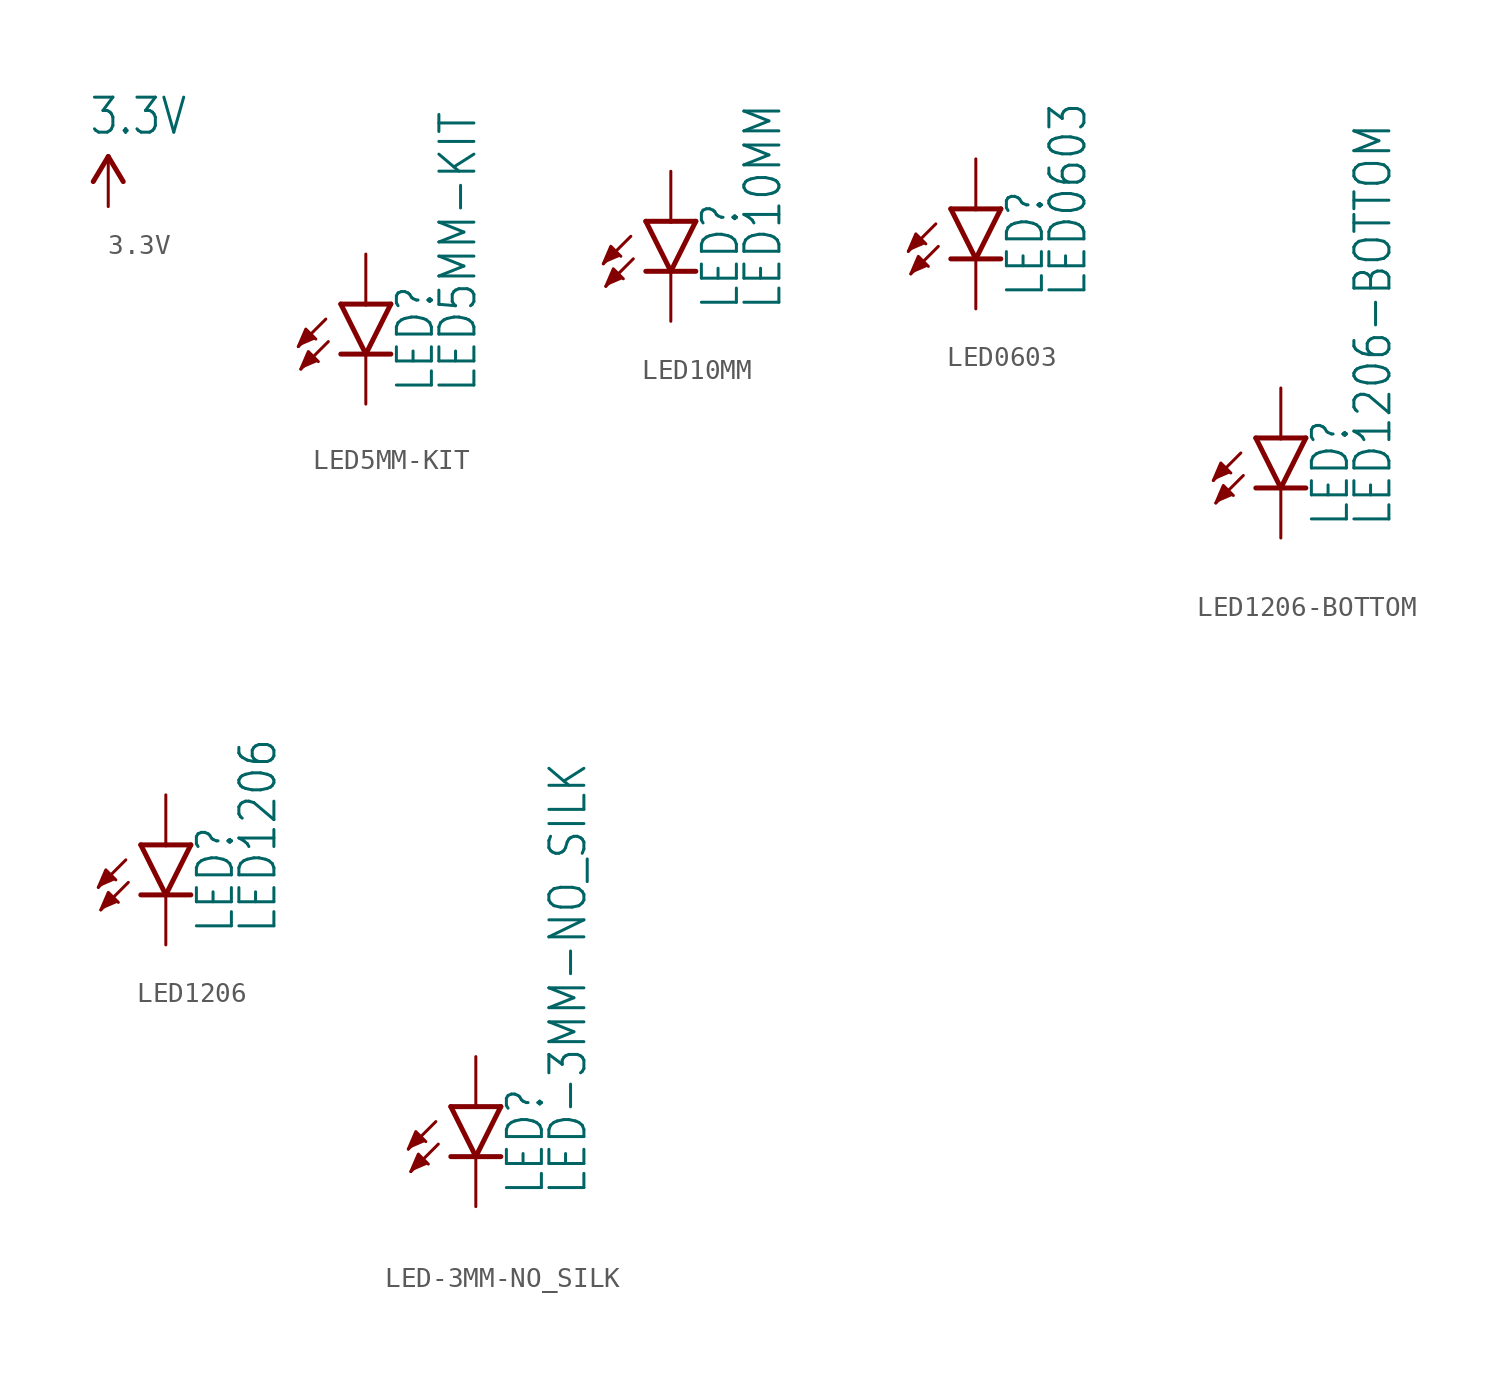
<source format=kicad_sym>
(kicad_symbol_lib
  (version 20211014)
  (generator kicad_symbol_editor)
  (symbol "3.3V"
    (power)
    (property "Reference" "#SUPPLY"
      (at 0 0 0)
      (effects (font (size 1.27 1.27)) hide))
    (property "Value" "3.3V"
      (at -1.016 3.556 0)
      (effects (font (size 1.778 1.511)) (justify left bottom)))
    (property "ki_locked" ""
      (at 0 0 0)
      (effects (font (size 1.27 1.27))))
    (symbol "3.3V_1_0"
      (polyline (pts (xy 0 2.54) (xy -0.762 1.27)) (stroke (width 0.254) (type default) (color 0 0 0 0)) (fill (type none)))
      (polyline (pts (xy 0.762 1.27) (xy 0 2.54)) (stroke (width 0.254) (type default) (color 0 0 0 0)) (fill (type none)))
      (pin power_in line (at 0 0 90) (length 2.54) (name "3.3V" (effects (font (size 0 0)))) (number "1" (effects (font (size 0 0)))))))
  (symbol "LED5MM-KIT"
    (property "Reference" "LED"
      (at 3.556 -4.572 90)
      (effects (font (size 1.778 1.511)) (justify left bottom)))
    (property "Value" "LED5MM-KIT"
      (at 5.715 -4.572 90)
      (effects (font (size 1.778 1.511)) (justify left bottom)))
    (property "ki_locked" ""
      (at 0 0 0)
      (effects (font (size 1.27 1.27))))
    (symbol "LED5MM-KIT_1_0"
      (polyline (pts (xy -2.032 -0.762) (xy -3.429 -2.159)) (stroke (width 0.152) (type default) (color 0 0 0 0)) (fill (type none)))
      (polyline (pts (xy -1.905 -1.905) (xy -3.302 -3.302)) (stroke (width 0.152) (type default) (color 0 0 0 0)) (fill (type none)))
      (polyline (pts (xy 0 -2.54) (xy -1.27 -2.54)) (stroke (width 0.254) (type default) (color 0 0 0 0)) (fill (type none)))
      (polyline (pts (xy 0 -2.54) (xy -1.27 0)) (stroke (width 0.254) (type default) (color 0 0 0 0)) (fill (type none)))
      (polyline (pts (xy 0 0) (xy -1.27 0)) (stroke (width 0.254) (type default) (color 0 0 0 0)) (fill (type none)))
      (polyline (pts (xy 1.27 -2.54) (xy 0 -2.54)) (stroke (width 0.254) (type default) (color 0 0 0 0)) (fill (type none)))
      (polyline (pts (xy 1.27 0) (xy 0 -2.54)) (stroke (width 0.254) (type default) (color 0 0 0 0)) (fill (type none)))
      (polyline (pts (xy 1.27 0) (xy 0 0)) (stroke (width 0.254) (type default) (color 0 0 0 0)) (fill (type none)))
      (polyline (pts (xy -3.429 -2.159) (xy -3.048 -1.27) (xy -2.54 -1.778)) (stroke (width 0) (type default) (color 0 0 0 0)) (fill (type outline)))
      (polyline (pts (xy -3.302 -3.302) (xy -2.921 -2.413) (xy -2.413 -2.921)) (stroke (width 0) (type default) (color 0 0 0 0)) (fill (type outline)))
      (pin passive line (at 0 2.54 270) (length 2.54) (name "A" (effects (font (size 0 0)))) (number "A" (effects (font (size 0 0)))))
      (pin passive line (at 0 -5.08 90) (length 2.54) (name "C" (effects (font (size 0 0)))) (number "K" (effects (font (size 0 0)))))))
  (symbol "LED10MM"
    (property "Reference" "LED"
      (at 3.556 -4.572 90)
      (effects (font (size 1.778 1.511)) (justify left bottom)))
    (property "Value" "LED10MM"
      (at 5.715 -4.572 90)
      (effects (font (size 1.778 1.511)) (justify left bottom)))
    (property "ki_locked" ""
      (at 0 0 0)
      (effects (font (size 1.27 1.27))))
    (symbol "LED10MM_1_0"
      (polyline (pts (xy -2.032 -0.762) (xy -3.429 -2.159)) (stroke (width 0.152) (type default) (color 0 0 0 0)) (fill (type none)))
      (polyline (pts (xy -1.905 -1.905) (xy -3.302 -3.302)) (stroke (width 0.152) (type default) (color 0 0 0 0)) (fill (type none)))
      (polyline (pts (xy 0 -2.54) (xy -1.27 -2.54)) (stroke (width 0.254) (type default) (color 0 0 0 0)) (fill (type none)))
      (polyline (pts (xy 0 -2.54) (xy -1.27 0)) (stroke (width 0.254) (type default) (color 0 0 0 0)) (fill (type none)))
      (polyline (pts (xy 0 0) (xy -1.27 0)) (stroke (width 0.254) (type default) (color 0 0 0 0)) (fill (type none)))
      (polyline (pts (xy 1.27 -2.54) (xy 0 -2.54)) (stroke (width 0.254) (type default) (color 0 0 0 0)) (fill (type none)))
      (polyline (pts (xy 1.27 0) (xy 0 -2.54)) (stroke (width 0.254) (type default) (color 0 0 0 0)) (fill (type none)))
      (polyline (pts (xy 1.27 0) (xy 0 0)) (stroke (width 0.254) (type default) (color 0 0 0 0)) (fill (type none)))
      (polyline (pts (xy -3.429 -2.159) (xy -3.048 -1.27) (xy -2.54 -1.778)) (stroke (width 0) (type default) (color 0 0 0 0)) (fill (type outline)))
      (polyline (pts (xy -3.302 -3.302) (xy -2.921 -2.413) (xy -2.413 -2.921)) (stroke (width 0) (type default) (color 0 0 0 0)) (fill (type outline)))
      (pin passive line (at 0 2.54 270) (length 2.54) (name "A" (effects (font (size 0 0)))) (number "A" (effects (font (size 0 0)))))
      (pin passive line (at 0 -5.08 90) (length 2.54) (name "C" (effects (font (size 0 0)))) (number "C" (effects (font (size 0 0)))))))
  (symbol "LED0603"
    (property "Reference" "LED"
      (at 3.556 -4.572 90)
      (effects (font (size 1.778 1.511)) (justify left bottom)))
    (property "Value" "LED0603"
      (at 5.715 -4.572 90)
      (effects (font (size 1.778 1.511)) (justify left bottom)))
    (property "ki_locked" ""
      (at 0 0 0)
      (effects (font (size 1.27 1.27))))
    (symbol "LED0603_1_0"
      (polyline (pts (xy -2.032 -0.762) (xy -3.429 -2.159)) (stroke (width 0.152) (type default) (color 0 0 0 0)) (fill (type none)))
      (polyline (pts (xy -1.905 -1.905) (xy -3.302 -3.302)) (stroke (width 0.152) (type default) (color 0 0 0 0)) (fill (type none)))
      (polyline (pts (xy 0 -2.54) (xy -1.27 -2.54)) (stroke (width 0.254) (type default) (color 0 0 0 0)) (fill (type none)))
      (polyline (pts (xy 0 -2.54) (xy -1.27 0)) (stroke (width 0.254) (type default) (color 0 0 0 0)) (fill (type none)))
      (polyline (pts (xy 0 0) (xy -1.27 0)) (stroke (width 0.254) (type default) (color 0 0 0 0)) (fill (type none)))
      (polyline (pts (xy 1.27 -2.54) (xy 0 -2.54)) (stroke (width 0.254) (type default) (color 0 0 0 0)) (fill (type none)))
      (polyline (pts (xy 1.27 0) (xy 0 -2.54)) (stroke (width 0.254) (type default) (color 0 0 0 0)) (fill (type none)))
      (polyline (pts (xy 1.27 0) (xy 0 0)) (stroke (width 0.254) (type default) (color 0 0 0 0)) (fill (type none)))
      (polyline (pts (xy -3.429 -2.159) (xy -3.048 -1.27) (xy -2.54 -1.778)) (stroke (width 0) (type default) (color 0 0 0 0)) (fill (type outline)))
      (polyline (pts (xy -3.302 -3.302) (xy -2.921 -2.413) (xy -2.413 -2.921)) (stroke (width 0) (type default) (color 0 0 0 0)) (fill (type outline)))
      (pin passive line (at 0 2.54 270) (length 2.54) (name "A" (effects (font (size 0 0)))) (number "A" (effects (font (size 0 0)))))
      (pin passive line (at 0 -5.08 90) (length 2.54) (name "C" (effects (font (size 0 0)))) (number "C" (effects (font (size 0 0)))))))
  (symbol "LED1206-BOTTOM"
    (property "Reference" "LED"
      (at 3.556 -4.572 90)
      (effects (font (size 1.778 1.511)) (justify left bottom)))
    (property "Value" "LED1206-BOTTOM"
      (at 5.715 -4.572 90)
      (effects (font (size 1.778 1.511)) (justify left bottom)))
    (property "ki_locked" ""
      (at 0 0 0)
      (effects (font (size 1.27 1.27))))
    (symbol "LED1206-BOTTOM_1_0"
      (polyline (pts (xy -2.032 -0.762) (xy -3.429 -2.159)) (stroke (width 0.152) (type default) (color 0 0 0 0)) (fill (type none)))
      (polyline (pts (xy -1.905 -1.905) (xy -3.302 -3.302)) (stroke (width 0.152) (type default) (color 0 0 0 0)) (fill (type none)))
      (polyline (pts (xy 0 -2.54) (xy -1.27 -2.54)) (stroke (width 0.254) (type default) (color 0 0 0 0)) (fill (type none)))
      (polyline (pts (xy 0 -2.54) (xy -1.27 0)) (stroke (width 0.254) (type default) (color 0 0 0 0)) (fill (type none)))
      (polyline (pts (xy 0 0) (xy -1.27 0)) (stroke (width 0.254) (type default) (color 0 0 0 0)) (fill (type none)))
      (polyline (pts (xy 1.27 -2.54) (xy 0 -2.54)) (stroke (width 0.254) (type default) (color 0 0 0 0)) (fill (type none)))
      (polyline (pts (xy 1.27 0) (xy 0 -2.54)) (stroke (width 0.254) (type default) (color 0 0 0 0)) (fill (type none)))
      (polyline (pts (xy 1.27 0) (xy 0 0)) (stroke (width 0.254) (type default) (color 0 0 0 0)) (fill (type none)))
      (polyline (pts (xy -3.429 -2.159) (xy -3.048 -1.27) (xy -2.54 -1.778)) (stroke (width 0) (type default) (color 0 0 0 0)) (fill (type outline)))
      (polyline (pts (xy -3.302 -3.302) (xy -2.921 -2.413) (xy -2.413 -2.921)) (stroke (width 0) (type default) (color 0 0 0 0)) (fill (type outline)))
      (pin passive line (at 0 2.54 270) (length 2.54) (name "A" (effects (font (size 0 0)))) (number "A" (effects (font (size 0 0)))))
      (pin passive line (at 0 -5.08 90) (length 2.54) (name "C" (effects (font (size 0 0)))) (number "C" (effects (font (size 0 0)))))))
  (symbol "LED1206"
    (property "Reference" "LED"
      (at 3.556 -4.572 90)
      (effects (font (size 1.778 1.511)) (justify left bottom)))
    (property "Value" "LED1206"
      (at 5.715 -4.572 90)
      (effects (font (size 1.778 1.511)) (justify left bottom)))
    (property "ki_locked" ""
      (at 0 0 0)
      (effects (font (size 1.27 1.27))))
    (symbol "LED1206_1_0"
      (polyline (pts (xy -2.032 -0.762) (xy -3.429 -2.159)) (stroke (width 0.152) (type default) (color 0 0 0 0)) (fill (type none)))
      (polyline (pts (xy -1.905 -1.905) (xy -3.302 -3.302)) (stroke (width 0.152) (type default) (color 0 0 0 0)) (fill (type none)))
      (polyline (pts (xy 0 -2.54) (xy -1.27 -2.54)) (stroke (width 0.254) (type default) (color 0 0 0 0)) (fill (type none)))
      (polyline (pts (xy 0 -2.54) (xy -1.27 0)) (stroke (width 0.254) (type default) (color 0 0 0 0)) (fill (type none)))
      (polyline (pts (xy 0 0) (xy -1.27 0)) (stroke (width 0.254) (type default) (color 0 0 0 0)) (fill (type none)))
      (polyline (pts (xy 1.27 -2.54) (xy 0 -2.54)) (stroke (width 0.254) (type default) (color 0 0 0 0)) (fill (type none)))
      (polyline (pts (xy 1.27 0) (xy 0 -2.54)) (stroke (width 0.254) (type default) (color 0 0 0 0)) (fill (type none)))
      (polyline (pts (xy 1.27 0) (xy 0 0)) (stroke (width 0.254) (type default) (color 0 0 0 0)) (fill (type none)))
      (polyline (pts (xy -3.429 -2.159) (xy -3.048 -1.27) (xy -2.54 -1.778)) (stroke (width 0) (type default) (color 0 0 0 0)) (fill (type outline)))
      (polyline (pts (xy -3.302 -3.302) (xy -2.921 -2.413) (xy -2.413 -2.921)) (stroke (width 0) (type default) (color 0 0 0 0)) (fill (type outline)))
      (pin passive line (at 0 2.54 270) (length 2.54) (name "A" (effects (font (size 0 0)))) (number "A" (effects (font (size 0 0)))))
      (pin passive line (at 0 -5.08 90) (length 2.54) (name "C" (effects (font (size 0 0)))) (number "C" (effects (font (size 0 0)))))))
  (symbol "LED-3MM-NO_SILK"
    (property "Reference" "LED"
      (at 3.556 -4.572 90)
      (effects (font (size 1.778 1.511)) (justify left bottom)))
    (property "Value" "LED-3MM-NO_SILK"
      (at 5.715 -4.572 90)
      (effects (font (size 1.778 1.511)) (justify left bottom)))
    (property "ki_locked" ""
      (at 0 0 0)
      (effects (font (size 1.27 1.27))))
    (symbol "LED-3MM-NO_SILK_1_0"
      (polyline (pts (xy -2.032 -0.762) (xy -3.429 -2.159)) (stroke (width 0.152) (type default) (color 0 0 0 0)) (fill (type none)))
      (polyline (pts (xy -1.905 -1.905) (xy -3.302 -3.302)) (stroke (width 0.152) (type default) (color 0 0 0 0)) (fill (type none)))
      (polyline (pts (xy 0 -2.54) (xy -1.27 -2.54)) (stroke (width 0.254) (type default) (color 0 0 0 0)) (fill (type none)))
      (polyline (pts (xy 0 -2.54) (xy -1.27 0)) (stroke (width 0.254) (type default) (color 0 0 0 0)) (fill (type none)))
      (polyline (pts (xy 0 0) (xy -1.27 0)) (stroke (width 0.254) (type default) (color 0 0 0 0)) (fill (type none)))
      (polyline (pts (xy 1.27 -2.54) (xy 0 -2.54)) (stroke (width 0.254) (type default) (color 0 0 0 0)) (fill (type none)))
      (polyline (pts (xy 1.27 0) (xy 0 -2.54)) (stroke (width 0.254) (type default) (color 0 0 0 0)) (fill (type none)))
      (polyline (pts (xy 1.27 0) (xy 0 0)) (stroke (width 0.254) (type default) (color 0 0 0 0)) (fill (type none)))
      (polyline (pts (xy -3.429 -2.159) (xy -3.048 -1.27) (xy -2.54 -1.778)) (stroke (width 0) (type default) (color 0 0 0 0)) (fill (type outline)))
      (polyline (pts (xy -3.302 -3.302) (xy -2.921 -2.413) (xy -2.413 -2.921)) (stroke (width 0) (type default) (color 0 0 0 0)) (fill (type outline)))
      (pin passive line (at 0 2.54 270) (length 2.54) (name "A" (effects (font (size 0 0)))) (number "A" (effects (font (size 0 0)))))
      (pin passive line (at 0 -5.08 90) (length 2.54) (name "C" (effects (font (size 0 0)))) (number "K" (effects (font (size 0 0))))))))
</source>
